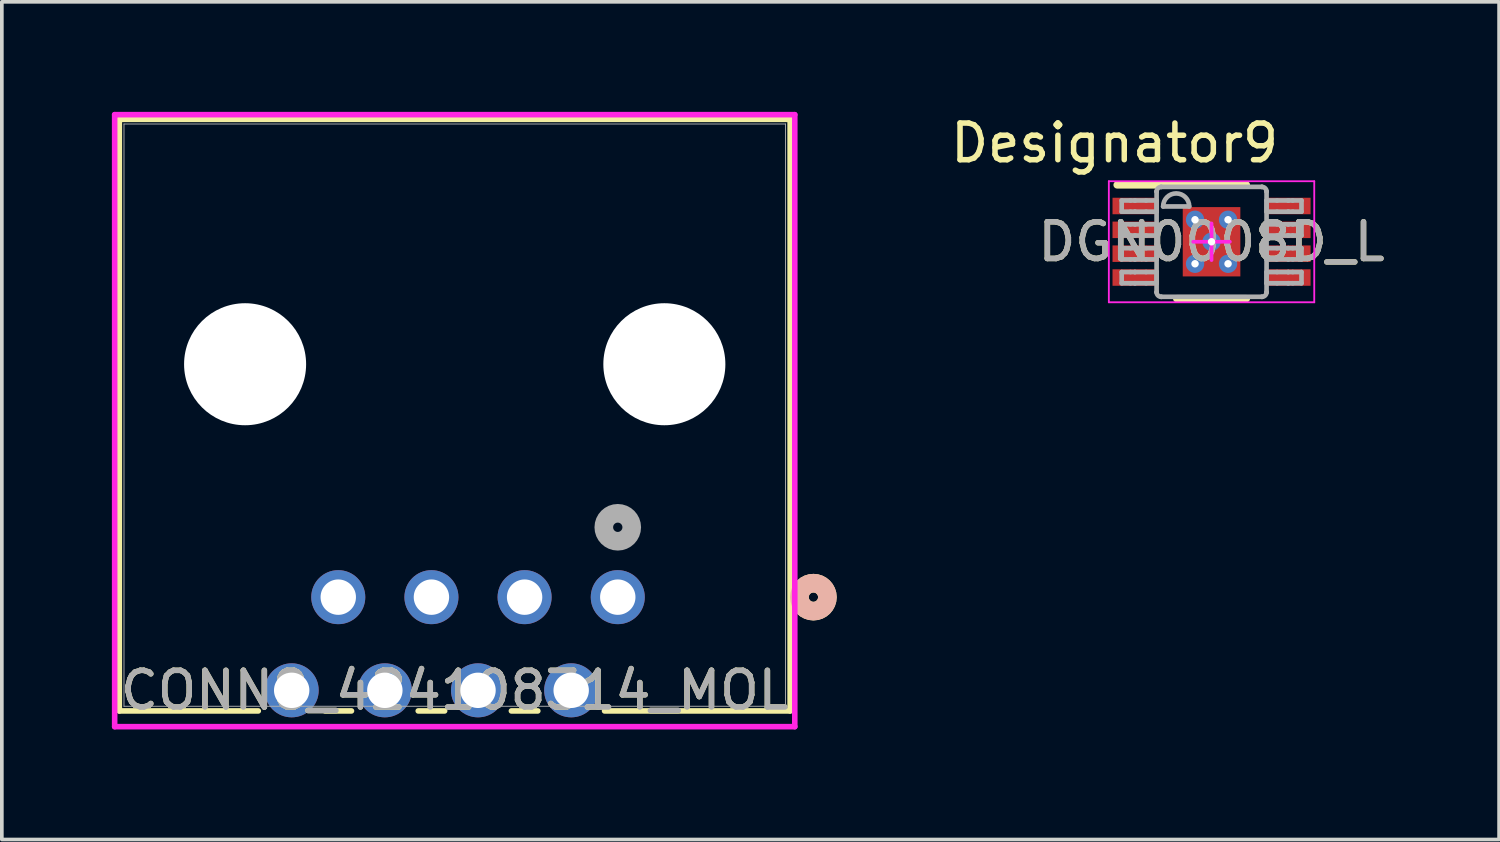
<source format=kicad_pcb>
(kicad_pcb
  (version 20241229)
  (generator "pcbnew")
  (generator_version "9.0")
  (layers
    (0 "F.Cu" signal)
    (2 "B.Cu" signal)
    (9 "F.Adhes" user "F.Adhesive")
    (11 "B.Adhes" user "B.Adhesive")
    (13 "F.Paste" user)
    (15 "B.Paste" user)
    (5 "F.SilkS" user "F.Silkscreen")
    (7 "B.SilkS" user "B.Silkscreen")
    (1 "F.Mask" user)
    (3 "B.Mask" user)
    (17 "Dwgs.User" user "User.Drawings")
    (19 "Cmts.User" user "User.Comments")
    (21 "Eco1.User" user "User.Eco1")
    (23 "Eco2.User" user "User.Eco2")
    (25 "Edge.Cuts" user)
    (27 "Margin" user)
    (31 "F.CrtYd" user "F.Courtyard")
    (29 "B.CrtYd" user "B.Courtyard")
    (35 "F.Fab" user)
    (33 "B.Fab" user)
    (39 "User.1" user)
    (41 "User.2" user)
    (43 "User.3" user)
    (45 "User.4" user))
  (footprint "DGN0008D_L"
    (layer "F.Cu")
    (at 29.98 3.541)
    (property "Reference" "DGN0008D_L" (at 0 0 0) (unlocked yes) (layer "F.SilkS") (effects (font (size 1 1) (thickness 0.15))))
    (attr smd)
    (fp_line (start -2.575 -1.55) (end 0.95 -1.55) (stroke (width 0.2) (type solid)) (layer "F.SilkS"))
    (fp_line (start -0.95 1.55) (end 0.95 1.55) (stroke (width 0.2) (type solid)) (layer "F.SilkS"))
    (fp_line (start -2.8 -1.65) (end 2.8 -1.65) (stroke (width 0.05) (type solid)) (layer "F.CrtYd"))
    (fp_line (start -2.8 1.65) (end -2.8 -1.65) (stroke (width 0.05) (type solid)) (layer "F.CrtYd"))
    (fp_line (start -2.8 1.65) (end 2.8 1.65) (stroke (width 0.05) (type solid)) (layer "F.CrtYd"))
    (fp_line (start -0.5 0) (end 0.5 0) (stroke (width 0.1) (type solid)) (layer "F.CrtYd"))
    (fp_line (start -0.000003 0.5) (end -0.000003 -0.5) (stroke (width 0.1) (type solid)) (layer "F.CrtYd"))
    (fp_line (start 2.8 1.65) (end 2.8 -1.65) (stroke (width 0.05) (type solid)) (layer "F.CrtYd"))
    (fp_line (start -2.45 -1.125) (end -2.21 -1.125) (stroke (width 0.127) (type solid)) (layer "F.Fab"))
    (fp_line (start -2.45 -0.82) (end -2.45 -1.125) (stroke (width 0.127) (type solid)) (layer "F.Fab"))
    (fp_line (start -2.45 -0.82) (end -2.21 -0.82) (stroke (width 0.127) (type solid)) (layer "F.Fab"))
    (fp_line (start -2.45 -0.475) (end -2.21 -0.475) (stroke (width 0.127) (type solid)) (layer "F.Fab"))
    (fp_line (start -2.45 -0.17) (end -2.45 -0.475) (stroke (width 0.127) (type solid)) (layer "F.Fab"))
    (fp_line (start -2.45 -0.17) (end -2.21 -0.17) (stroke (width 0.127) (type solid)) (layer "F.Fab"))
    (fp_line (start -2.45 0.175) (end -2.21 0.175) (stroke (width 0.127) (type solid)) (layer "F.Fab"))
    (fp_line (start -2.45 0.48) (end -2.45 0.175) (stroke (width 0.127) (type solid)) (layer "F.Fab"))
    (fp_line (start -2.45 0.48) (end -2.21 0.48) (stroke (width 0.127) (type solid)) (layer "F.Fab"))
    (fp_line (start -2.45 0.826) (end -2.21 0.826) (stroke (width 0.127) (type solid)) (layer "F.Fab"))
    (fp_line (start -2.45 1.131) (end -2.45 0.826) (stroke (width 0.127) (type solid)) (layer "F.Fab"))
    (fp_line (start -2.45 1.131) (end -2.21 1.131) (stroke (width 0.127) (type solid)) (layer "F.Fab"))
    (fp_line (start -2.21 -1.125) (end -2.09 -1.125) (stroke (width 0.127) (type solid)) (layer "F.Fab"))
    (fp_line (start -2.21 -0.82) (end -2.09 -0.82) (stroke (width 0.127) (type solid)) (layer "F.Fab"))
    (fp_line (start -2.21 -0.475) (end -2.09 -0.475) (stroke (width 0.127) (type solid)) (layer "F.Fab"))
    (fp_line (start -2.21 -0.17) (end -2.09 -0.17) (stroke (width 0.127) (type solid)) (layer "F.Fab"))
    (fp_line (start -2.21 0.175) (end -2.09 0.175) (stroke (width 0.127) (type solid)) (layer "F.Fab"))
    (fp_line (start -2.21 0.48) (end -2.09 0.48) (stroke (width 0.127) (type solid)) (layer "F.Fab"))
    (fp_line (start -2.21 0.826) (end -2.09 0.826) (stroke (width 0.127) (type solid)) (layer "F.Fab"))
    (fp_line (start -2.21 1.131) (end -2.09 1.131) (stroke (width 0.127) (type solid)) (layer "F.Fab"))
    (fp_line (start -2.09 -1.125) (end -2.087 -1.125) (stroke (width 0.127) (type solid)) (layer "F.Fab"))
    (fp_line (start -2.09 -0.82) (end -2.087 -0.82) (stroke (width 0.127) (type solid)) (layer "F.Fab"))
    (fp_line (start -2.09 -0.475) (end -2.087 -0.475) (stroke (width 0.127) (type solid)) (layer "F.Fab"))
    (fp_line (start -2.09 -0.17) (end -2.087 -0.17) (stroke (width 0.127) (type solid)) (layer "F.Fab"))
    (fp_line (start -2.09 0.175) (end -2.087 0.175) (stroke (width 0.127) (type solid)) (layer "F.Fab"))
    (fp_line (start -2.09 0.48) (end -2.087 0.48) (stroke (width 0.127) (type solid)) (layer "F.Fab"))
    (fp_line (start -2.09 0.826) (end -2.087 0.826) (stroke (width 0.127) (type solid)) (layer "F.Fab"))
    (fp_line (start -2.09 1.131) (end -2.087 1.131) (stroke (width 0.127) (type solid)) (layer "F.Fab"))
    (fp_line (start -2.087 -1.125) (end -1.784 -1.125) (stroke (width 0.127) (type solid)) (layer "F.Fab"))
    (fp_line (start -2.087 -0.82) (end -1.784 -0.82) (stroke (width 0.127) (type solid)) (layer "F.Fab"))
    (fp_line (start -2.087 -0.475) (end -1.784 -0.475) (stroke (width 0.127) (type solid)) (layer "F.Fab"))
    (fp_line (start -2.087 -0.17) (end -1.784 -0.17) (stroke (width 0.127) (type solid)) (layer "F.Fab"))
    (fp_line (start -2.087 0.175) (end -1.784 0.175) (stroke (width 0.127) (type solid)) (layer "F.Fab"))
    (fp_line (start -2.087 0.48) (end -1.784 0.48) (stroke (width 0.127) (type solid)) (layer "F.Fab"))
    (fp_line (start -2.087 0.826) (end -1.784 0.826) (stroke (width 0.127) (type solid)) (layer "F.Fab"))
    (fp_line (start -2.087 1.131) (end -1.784 1.131) (stroke (width 0.127) (type solid)) (layer "F.Fab"))
    (fp_line (start -1.784 -1.125) (end -1.498 -1.125) (stroke (width 0.127) (type solid)) (layer "F.Fab"))
    (fp_line (start -1.784 -0.82) (end -1.498 -0.82) (stroke (width 0.127) (type solid)) (layer "F.Fab"))
    (fp_line (start -1.784 -0.475) (end -1.498 -0.475) (stroke (width 0.127) (type solid)) (layer "F.Fab"))
    (fp_line (start -1.784 -0.17) (end -1.498 -0.17) (stroke (width 0.127) (type solid)) (layer "F.Fab"))
    (fp_line (start -1.784 0.175) (end -1.498 0.175) (stroke (width 0.127) (type solid)) (layer "F.Fab"))
    (fp_line (start -1.784 0.48) (end -1.498 0.48) (stroke (width 0.127) (type solid)) (layer "F.Fab"))
    (fp_line (start -1.784 0.826) (end -1.498 0.826) (stroke (width 0.127) (type solid)) (layer "F.Fab"))
    (fp_line (start -1.784 1.131) (end -1.498 1.131) (stroke (width 0.127) (type solid)) (layer "F.Fab"))
    (fp_line (start -1.498 -1.369) (end -1.497 -1.372) (stroke (width 0.127) (type solid)) (layer "F.Fab"))
    (fp_line (start -1.498 -0.82) (end -1.498 -1.125) (stroke (width 0.127) (type solid)) (layer "F.Fab"))
    (fp_line (start -1.498 -0.17) (end -1.498 -0.475) (stroke (width 0.127) (type solid)) (layer "F.Fab"))
    (fp_line (start -1.498 0.48) (end -1.498 0.175) (stroke (width 0.127) (type solid)) (layer "F.Fab"))
    (fp_line (start -1.498 1.131) (end -1.498 0.826) (stroke (width 0.127) (type solid)) (layer "F.Fab"))
    (fp_line (start -1.498 1.374) (end -1.498 -1.369) (stroke (width 0.127) (type solid)) (layer "F.Fab"))
    (fp_line (start -1.498 1.374) (end -1.497 1.377) (stroke (width 0.127) (type solid)) (layer "F.Fab"))
    (fp_line (start -1.373 -1.496) (end -1.371 -1.496) (stroke (width 0.127) (type solid)) (layer "F.Fab"))
    (fp_line (start -1.373 1.501) (end -1.371 1.501) (stroke (width 0.127) (type solid)) (layer "F.Fab"))
    (fp_line (start -1.371 -1.496) (end 1.373 -1.496) (stroke (width 0.127) (type solid)) (layer "F.Fab"))
    (fp_line (start -1.371 1.501) (end 1.373 1.501) (stroke (width 0.127) (type solid)) (layer "F.Fab"))
    (fp_line (start -1.32 -0.962) (end -0.609 -0.962) (stroke (width 0.127) (type solid)) (layer "F.Fab"))
    (fp_line (start 1.373 -1.496) (end 1.375 -1.496) (stroke (width 0.127) (type solid)) (layer "F.Fab"))
    (fp_line (start 1.373 1.501) (end 1.375 1.501) (stroke (width 0.127) (type solid)) (layer "F.Fab"))
    (fp_line (start 1.5 -1.372) (end 1.5 -1.369) (stroke (width 0.127) (type solid)) (layer "F.Fab"))
    (fp_line (start 1.5 1.377) (end 1.5 1.374) (stroke (width 0.127) (type solid)) (layer "F.Fab"))
    (fp_line (start 1.5 -1.125) (end 1.786 -1.125) (stroke (width 0.127) (type solid)) (layer "F.Fab"))
    (fp_line (start 1.5 -0.82) (end 1.5 -1.125) (stroke (width 0.127) (type solid)) (layer "F.Fab"))
    (fp_line (start 1.5 -0.82) (end 1.786 -0.82) (stroke (width 0.127) (type solid)) (layer "F.Fab"))
    (fp_line (start 1.5 -0.475) (end 1.786 -0.475) (stroke (width 0.127) (type solid)) (layer "F.Fab"))
    (fp_line (start 1.5 -0.17) (end 1.5 -0.475) (stroke (width 0.127) (type solid)) (layer "F.Fab"))
    (fp_line (start 1.5 -0.17) (end 1.786 -0.17) (stroke (width 0.127) (type solid)) (layer "F.Fab"))
    (fp_line (start 1.5 0.175) (end 1.786 0.175) (stroke (width 0.127) (type solid)) (layer "F.Fab"))
    (fp_line (start 1.5 0.48) (end 1.5 0.175) (stroke (width 0.127) (type solid)) (layer "F.Fab"))
    (fp_line (start 1.5 0.48) (end 1.786 0.48) (stroke (width 0.127) (type solid)) (layer "F.Fab"))
    (fp_line (start 1.5 0.826) (end 1.786 0.826) (stroke (width 0.127) (type solid)) (layer "F.Fab"))
    (fp_line (start 1.5 1.131) (end 1.5 0.826) (stroke (width 0.127) (type solid)) (layer "F.Fab"))
    (fp_line (start 1.5 1.131) (end 1.786 1.131) (stroke (width 0.127) (type solid)) (layer "F.Fab"))
    (fp_line (start 1.5 1.374) (end 1.5 -1.369) (stroke (width 0.127) (type solid)) (layer "F.Fab"))
    (fp_line (start 1.786 -1.125) (end 2.089 -1.125) (stroke (width 0.127) (type solid)) (layer "F.Fab"))
    (fp_line (start 1.786 -0.82) (end 2.089 -0.82) (stroke (width 0.127) (type solid)) (layer "F.Fab"))
    (fp_line (start 1.786 -0.475) (end 2.089 -0.475) (stroke (width 0.127) (type solid)) (layer "F.Fab"))
    (fp_line (start 1.786 -0.17) (end 2.089 -0.17) (stroke (width 0.127) (type solid)) (layer "F.Fab"))
    (fp_line (start 1.786 0.175) (end 2.089 0.175) (stroke (width 0.127) (type solid)) (layer "F.Fab"))
    (fp_line (start 1.786 0.48) (end 2.089 0.48) (stroke (width 0.127) (type solid)) (layer "F.Fab"))
    (fp_line (start 1.786 0.826) (end 2.089 0.826) (stroke (width 0.127) (type solid)) (layer "F.Fab"))
    (fp_line (start 1.786 1.131) (end 2.089 1.131) (stroke (width 0.127) (type solid)) (layer "F.Fab"))
    (fp_line (start 2.089 -1.125) (end 2.093 -1.125) (stroke (width 0.127) (type solid)) (layer "F.Fab"))
    (fp_line (start 2.089 -0.82) (end 2.093 -0.82) (stroke (width 0.127) (type solid)) (layer "F.Fab"))
    (fp_line (start 2.089 -0.475) (end 2.093 -0.475) (stroke (width 0.127) (type solid)) (layer "F.Fab"))
    (fp_line (start 2.089 -0.17) (end 2.093 -0.17) (stroke (width 0.127) (type solid)) (layer "F.Fab"))
    (fp_line (start 2.089 0.175) (end 2.093 0.175) (stroke (width 0.127) (type solid)) (layer "F.Fab"))
    (fp_line (start 2.089 0.48) (end 2.093 0.48) (stroke (width 0.127) (type solid)) (layer "F.Fab"))
    (fp_line (start 2.089 0.826) (end 2.093 0.826) (stroke (width 0.127) (type solid)) (layer "F.Fab"))
    (fp_line (start 2.089 1.131) (end 2.093 1.131) (stroke (width 0.127) (type solid)) (layer "F.Fab"))
    (fp_line (start 2.093 -1.125) (end 2.213 -1.125) (stroke (width 0.127) (type solid)) (layer "F.Fab"))
    (fp_line (start 2.093 -0.82) (end 2.213 -0.82) (stroke (width 0.127) (type solid)) (layer "F.Fab"))
    (fp_line (start 2.093 -0.475) (end 2.213 -0.475) (stroke (width 0.127) (type solid)) (layer "F.Fab"))
    (fp_line (start 2.093 -0.17) (end 2.213 -0.17) (stroke (width 0.127) (type solid)) (layer "F.Fab"))
    (fp_line (start 2.093 0.175) (end 2.213 0.175) (stroke (width 0.127) (type solid)) (layer "F.Fab"))
    (fp_line (start 2.093 0.48) (end 2.213 0.48) (stroke (width 0.127) (type solid)) (layer "F.Fab"))
    (fp_line (start 2.093 0.826) (end 2.213 0.826) (stroke (width 0.127) (type solid)) (layer "F.Fab"))
    (fp_line (start 2.093 1.131) (end 2.213 1.131) (stroke (width 0.127) (type solid)) (layer "F.Fab"))
    (fp_line (start 2.213 -1.125) (end 2.452 -1.125) (stroke (width 0.127) (type solid)) (layer "F.Fab"))
    (fp_line (start 2.213 -0.82) (end 2.452 -0.82) (stroke (width 0.127) (type solid)) (layer "F.Fab"))
    (fp_line (start 2.213 -0.475) (end 2.452 -0.475) (stroke (width 0.127) (type solid)) (layer "F.Fab"))
    (fp_line (start 2.213 -0.17) (end 2.452 -0.17) (stroke (width 0.127) (type solid)) (layer "F.Fab"))
    (fp_line (start 2.213 0.175) (end 2.452 0.175) (stroke (width 0.127) (type solid)) (layer "F.Fab"))
    (fp_line (start 2.213 0.48) (end 2.452 0.48) (stroke (width 0.127) (type solid)) (layer "F.Fab"))
    (fp_line (start 2.213 0.826) (end 2.452 0.826) (stroke (width 0.127) (type solid)) (layer "F.Fab"))
    (fp_line (start 2.213 1.131) (end 2.452 1.131) (stroke (width 0.127) (type solid)) (layer "F.Fab"))
    (fp_line (start 2.452 -0.82) (end 2.452 -1.125) (stroke (width 0.127) (type solid)) (layer "F.Fab"))
    (fp_line (start 2.452 -0.17) (end 2.452 -0.475) (stroke (width 0.127) (type solid)) (layer "F.Fab"))
    (fp_line (start 2.452 0.48) (end 2.452 0.175) (stroke (width 0.127) (type solid)) (layer "F.Fab"))
    (fp_line (start 2.452 1.131) (end 2.452 0.826) (stroke (width 0.127) (type solid)) (layer "F.Fab"))
    (fp_arc (start -1.497476 -1.371582) (mid -1.460306 -1.458644) (end -1.373243 -1.495814) (stroke (width 0.127) (type solid)) (layer "F.Fab"))
    (fp_arc (start -1.373243 1.501336) (mid -1.460306 1.464166) (end -1.497476 1.377104) (stroke (width 0.127) (type solid)) (layer "F.Fab"))
    (fp_arc (start -1.3197 -0.962439) (mid -0.9641 -1.318039) (end -0.6085 -0.962439) (stroke (width 0.127) (type solid)) (layer "F.Fab"))
    (fp_arc (start 1.375443 -1.495814) (mid 1.462505 -1.458644) (end 1.499675 -1.371582) (stroke (width 0.127) (type solid)) (layer "F.Fab"))
    (fp_arc (start 1.499675 1.377104) (mid 1.462505 1.464166) (end 1.375443 1.501336) (stroke (width 0.127) (type solid)) (layer "F.Fab"))
    (fp_text user "Designator9" (at -2.642 -2.692 0) (unlocked yes) (layer "F.SilkS") (effects (font (size 1 1) (thickness 0.15))))
    (fp_text user "${REFERENCE}" (at 0 0 0) (unlocked yes) (layer "F.Fab") (effects (font (size 1 1) (thickness 0.15))))
    (pad "1" smd rect (at -2.125 -0.975 90) (size 0.45 1.15) (layers "F.Cu" "F.Mask" "F.Paste"))
    (pad "2" smd rect (at -2.125 -0.325 90) (size 0.45 1.15) (layers "F.Cu" "F.Mask" "F.Paste"))
    (pad "3" smd rect (at -2.125 0.325 90) (size 0.45 1.15) (layers "F.Cu" "F.Mask" "F.Paste"))
    (pad "4" smd rect (at -2.125 0.975 90) (size 0.45 1.15) (layers "F.Cu" "F.Mask" "F.Paste"))
    (pad "5" smd rect (at 2.125 0.975 90) (size 0.45 1.15) (layers "F.Cu" "F.Mask" "F.Paste"))
    (pad "6" smd rect (at 2.125 0.325 90) (size 0.45 1.15) (layers "F.Cu" "F.Mask" "F.Paste"))
    (pad "7" smd rect (at 2.125 -0.325 90) (size 0.45 1.15) (layers "F.Cu" "F.Mask" "F.Paste"))
    (pad "8" smd rect (at 2.125 -0.975 90) (size 0.45 1.15) (layers "F.Cu" "F.Mask" "F.Paste"))
    (pad "9" smd rect (at 0 0) (size 1.57 1.89) (layers "F.Cu" "F.Mask" "F.Paste"))
    (pad "V" thru_hole circle (at -0.45 -0.6) (size 0.5 0.5) (drill 0.203) (layers "*.Cu" "*.Mask"))
    (pad "V" thru_hole circle (at -0.45 0.6) (size 0.5 0.5) (drill 0.203) (layers "*.Cu" "*.Mask"))
    (pad "V" thru_hole circle (at 0 0) (size 0.5 0.5) (drill 0.203) (layers "*.Cu" "*.Mask"))
    (pad "V" thru_hole circle (at 0.45 -0.6) (size 0.5 0.5) (drill 0.203) (layers "*.Cu" "*.Mask"))
    (pad "V" thru_hole circle (at 0.45 0.6) (size 0.5 0.5) (drill 0.203) (layers "*.Cu" "*.Mask")))
  (footprint "CONN8_424108314_MOL"
    (layer "F.Cu")
    (at 13.792 13.23)
    (property "Reference" "CONN8_424108314_MOL" (at -4.445 2.54 0) (unlocked yes) (layer "F.SilkS") (effects (font (size 1 1) (thickness 0.15))))
    (attr through_hole)
    (fp_line (start -13.589 -13.027) (end -13.589 3.102) (stroke (width 0.152) (type solid)) (layer "F.SilkS"))
    (fp_line (start -13.589 3.102) (end -9.8 3.102) (stroke (width 0.152) (type solid)) (layer "F.SilkS"))
    (fp_line (start -7.98 3.102) (end -7.26 3.102) (stroke (width 0.152) (type solid)) (layer "F.SilkS"))
    (fp_line (start -5.44 3.102) (end -4.72 3.102) (stroke (width 0.152) (type solid)) (layer "F.SilkS"))
    (fp_line (start -2.9 3.102) (end -2.18 3.102) (stroke (width 0.152) (type solid)) (layer "F.SilkS"))
    (fp_line (start -0.36 3.102) (end 4.699 3.102) (stroke (width 0.152) (type solid)) (layer "F.SilkS"))
    (fp_line (start 4.699 -13.027) (end -13.589 -13.027) (stroke (width 0.152) (type solid)) (layer "F.SilkS"))
    (fp_line (start 4.699 3.102) (end 4.699 -13.027) (stroke (width 0.152) (type solid)) (layer "F.SilkS"))
    (fp_circle (center 5.334 0) (end 5.715 0) (stroke (width 0.508) (type solid)) (fill no) (layer "F.SilkS"))
    (fp_circle (center 5.334 0) (end 5.715 0) (stroke (width 0.508) (type solid)) (fill no) (layer "B.SilkS"))
    (fp_line (start -13.716 -13.154) (end -13.716 3.531) (stroke (width 0.152) (type solid)) (layer "F.CrtYd"))
    (fp_line (start -13.716 3.531) (end 4.826 3.531) (stroke (width 0.152) (type solid)) (layer "F.CrtYd"))
    (fp_line (start 4.826 -13.154) (end -13.716 -13.154) (stroke (width 0.152) (type solid)) (layer "F.CrtYd"))
    (fp_line (start 4.826 3.531) (end 4.826 -13.154) (stroke (width 0.152) (type solid)) (layer "F.CrtYd"))
    (fp_line (start -13.462 -12.9) (end -13.462 2.975) (stroke (width 0.025) (type solid)) (layer "F.Fab"))
    (fp_line (start -13.462 2.975) (end 4.572 2.975) (stroke (width 0.025) (type solid)) (layer "F.Fab"))
    (fp_line (start 4.572 -12.9) (end -13.462 -12.9) (stroke (width 0.025) (type solid)) (layer "F.Fab"))
    (fp_line (start 4.572 2.975) (end 4.572 -12.9) (stroke (width 0.025) (type solid)) (layer "F.Fab"))
    (fp_circle (center 0 -1.905) (end 0.381 -1.905) (stroke (width 0.508) (type solid)) (fill no) (layer "F.Fab"))
    (fp_text user "${REFERENCE}" (at -4.445 2.54 0) (unlocked yes) (layer "F.Fab") (effects (font (size 1 1) (thickness 0.15))))
    (pad "" np_thru_hole circle (at -10.16 -6.35) (size 3.327 3.327) (drill 3.327) (layers "*.Cu" "*.Mask"))
    (pad "" np_thru_hole circle (at 1.27 -6.35) (size 3.327 3.327) (drill 3.327) (layers "*.Cu" "*.Mask"))
    (pad "1" thru_hole circle (at 0 0) (size 1.473 1.473) (drill 0.965) (layers "*.Cu" "*.Mask"))
    (pad "2" thru_hole circle (at -1.27 2.54) (size 1.473 1.473) (drill 0.965) (layers "*.Cu" "*.Mask"))
    (pad "3" thru_hole circle (at -2.54 0) (size 1.473 1.473) (drill 0.965) (layers "*.Cu" "*.Mask"))
    (pad "4" thru_hole circle (at -3.81 2.54) (size 1.473 1.473) (drill 0.965) (layers "*.Cu" "*.Mask"))
    (pad "5" thru_hole circle (at -5.08 0) (size 1.473 1.473) (drill 0.965) (layers "*.Cu" "*.Mask"))
    (pad "6" thru_hole circle (at -6.35 2.54) (size 1.473 1.473) (drill 0.965) (layers "*.Cu" "*.Mask"))
    (pad "7" thru_hole circle (at -7.62 0) (size 1.473 1.473) (drill 0.965) (layers "*.Cu" "*.Mask"))
    (pad "8" thru_hole circle (at -8.89 2.54) (size 1.473 1.473) (drill 0.965) (layers "*.Cu" "*.Mask")))
  (gr_rect
    (start -3 -3)
    (end 37.819 19.837)
    (stroke (width 0.1) (type default))
    (fill no)
    (layer "Edge.Cuts")))
</source>
